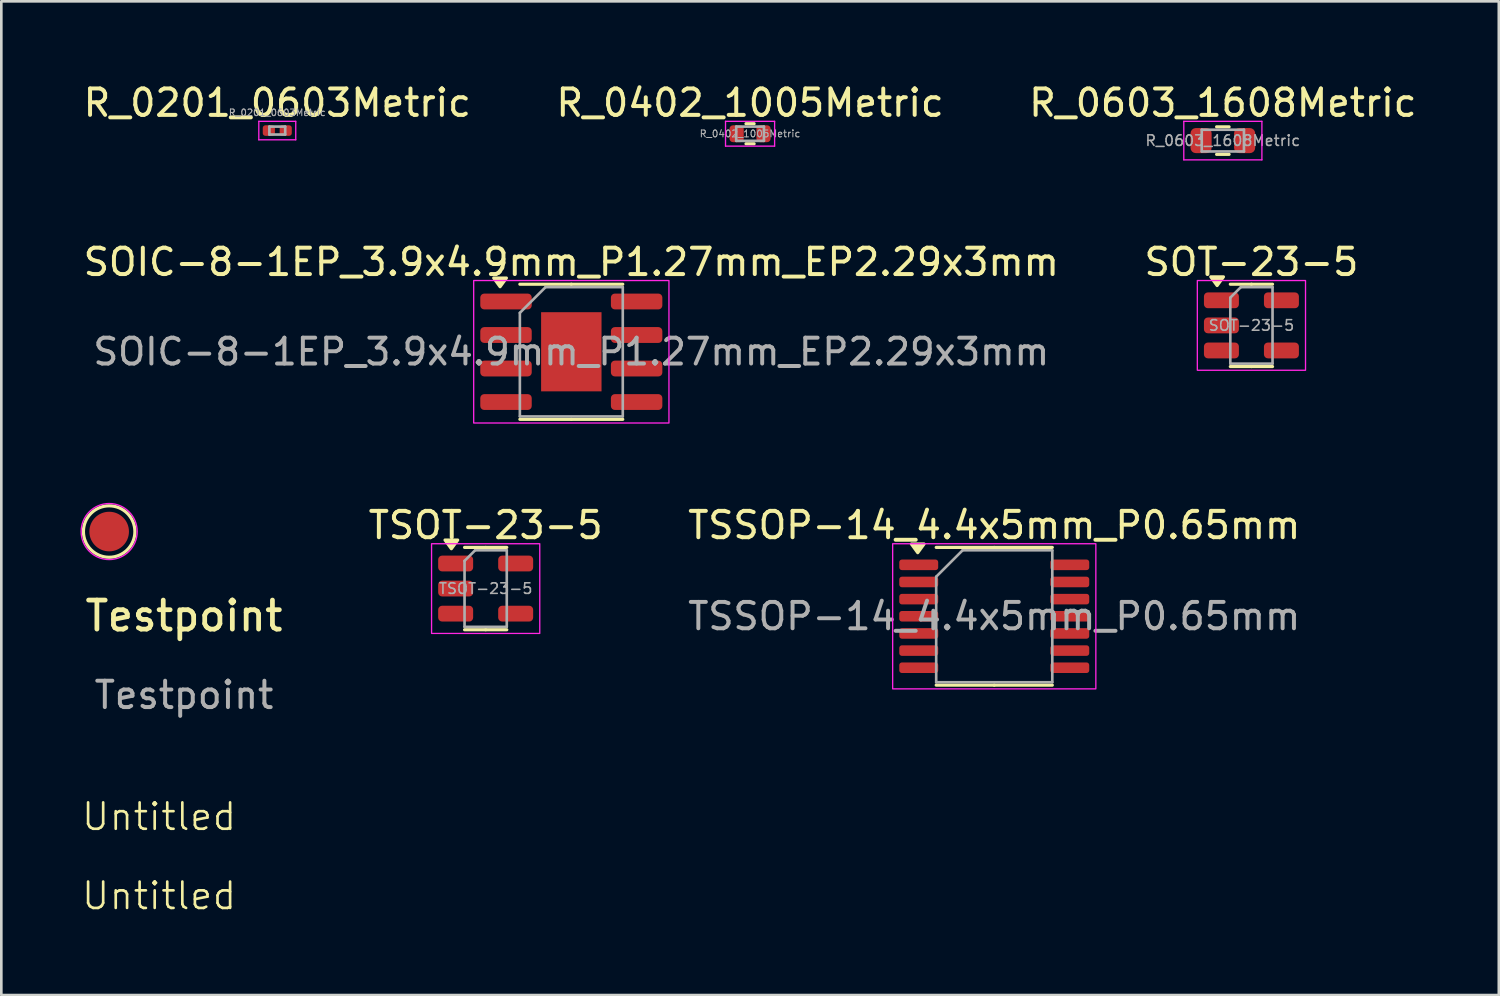
<source format=kicad_pcb>
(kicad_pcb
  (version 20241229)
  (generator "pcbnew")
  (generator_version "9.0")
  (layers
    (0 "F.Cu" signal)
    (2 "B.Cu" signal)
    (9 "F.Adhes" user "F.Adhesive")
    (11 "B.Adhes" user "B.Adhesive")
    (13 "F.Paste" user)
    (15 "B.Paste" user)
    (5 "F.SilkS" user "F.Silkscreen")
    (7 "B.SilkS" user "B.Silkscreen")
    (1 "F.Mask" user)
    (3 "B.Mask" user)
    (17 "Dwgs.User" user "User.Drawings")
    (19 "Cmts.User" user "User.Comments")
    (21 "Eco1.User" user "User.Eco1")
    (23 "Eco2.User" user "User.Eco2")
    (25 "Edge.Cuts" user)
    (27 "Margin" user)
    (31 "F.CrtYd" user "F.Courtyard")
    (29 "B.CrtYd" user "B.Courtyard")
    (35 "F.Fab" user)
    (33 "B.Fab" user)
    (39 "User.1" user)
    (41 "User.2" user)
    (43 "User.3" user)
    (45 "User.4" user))
  (footprint "TSOT-23-5"
    (layer "F.Cu")
    (at 15.355 19.255)
    (property "Reference" "TSOT-23-5" (at 0 -2.4 0) (layer "F.SilkS") (effects (font (size 1 1) (thickness 0.15))))
    (attr smd)
    (fp_line (start 0 -1.56) (end -0.8 -1.56) (stroke (width 0.12) (type solid)) (layer "F.SilkS"))
    (fp_line (start 0 -1.56) (end 0.8 -1.56) (stroke (width 0.12) (type solid)) (layer "F.SilkS"))
    (fp_line (start 0 1.56) (end -0.8 1.56) (stroke (width 0.12) (type solid)) (layer "F.SilkS"))
    (fp_line (start 0 1.56) (end 0.8 1.56) (stroke (width 0.12) (type solid)) (layer "F.SilkS"))
    (fp_poly (pts (xy -1.3 -1.51) (xy -1.54 -1.84) (xy -1.06 -1.84)) (stroke (width 0.12) (type solid)) (fill yes) (layer "F.SilkS"))
    (fp_rect (start -2.05 -1.7) (end 2.05 1.7) (stroke (width 0.05) (type solid)) (fill no) (layer "F.CrtYd"))
    (fp_line (start -0.8 -1.05) (end -0.4 -1.45) (stroke (width 0.1) (type solid)) (layer "F.Fab"))
    (fp_line (start -0.8 1.45) (end -0.8 -1.05) (stroke (width 0.1) (type solid)) (layer "F.Fab"))
    (fp_line (start -0.4 -1.45) (end 0.8 -1.45) (stroke (width 0.1) (type solid)) (layer "F.Fab"))
    (fp_line (start 0.8 -1.45) (end 0.8 1.45) (stroke (width 0.1) (type solid)) (layer "F.Fab"))
    (fp_line (start 0.8 1.45) (end -0.8 1.45) (stroke (width 0.1) (type solid)) (layer "F.Fab"))
    (fp_text user "${REFERENCE}" (at 0 0 0) (layer "F.Fab") (effects (font (size 0.4 0.4) (thickness 0.06))))
    (pad "1" smd roundrect (at -1.137 -0.95) (size 1.325 0.6) (layers "F.Cu" "F.Mask" "F.Paste") (roundrect_rratio 0.25))
    (pad "2" smd roundrect (at -1.137 0) (size 1.325 0.6) (layers "F.Cu" "F.Mask" "F.Paste") (roundrect_rratio 0.25))
    (pad "3" smd roundrect (at -1.137 0.95) (size 1.325 0.6) (layers "F.Cu" "F.Mask" "F.Paste") (roundrect_rratio 0.25))
    (pad "4" smd roundrect (at 1.137 0.95) (size 1.325 0.6) (layers "F.Cu" "F.Mask" "F.Paste") (roundrect_rratio 0.25))
    (pad "5" smd roundrect (at 1.137 -0.95) (size 1.325 0.6) (layers "F.Cu" "F.Mask" "F.Paste") (roundrect_rratio 0.25)))
  (footprint "R_0201_0603Metric"
    (layer "F.Cu")
    (at 7.458 1.898)
    (property "Reference" "R_0201_0603Metric" (at 0 -1.05 0) (layer "F.SilkS") (effects (font (size 1 1) (thickness 0.15))))
    (attr smd)
    (fp_line (start -0.7 -0.35) (end 0.7 -0.35) (stroke (width 0.05) (type solid)) (layer "F.CrtYd"))
    (fp_line (start -0.7 0.35) (end -0.7 -0.35) (stroke (width 0.05) (type solid)) (layer "F.CrtYd"))
    (fp_line (start 0.7 -0.35) (end 0.7 0.35) (stroke (width 0.05) (type solid)) (layer "F.CrtYd"))
    (fp_line (start 0.7 0.35) (end -0.7 0.35) (stroke (width 0.05) (type solid)) (layer "F.CrtYd"))
    (fp_line (start -0.3 -0.15) (end 0.3 -0.15) (stroke (width 0.1) (type solid)) (layer "F.Fab"))
    (fp_line (start -0.3 0.15) (end -0.3 -0.15) (stroke (width 0.1) (type solid)) (layer "F.Fab"))
    (fp_line (start 0.3 -0.15) (end 0.3 0.15) (stroke (width 0.1) (type solid)) (layer "F.Fab"))
    (fp_line (start 0.3 0.15) (end -0.3 0.15) (stroke (width 0.1) (type solid)) (layer "F.Fab"))
    (fp_text user "${REFERENCE}" (at 0 -0.68 0) (layer "F.Fab") (effects (font (size 0.25 0.25) (thickness 0.04))))
    (pad "" smd roundrect (at -0.345 0) (size 0.318 0.36) (layers "F.Paste") (roundrect_rratio 0.25))
    (pad "" smd roundrect (at 0.345 0) (size 0.318 0.36) (layers "F.Paste") (roundrect_rratio 0.25))
    (pad "1" smd roundrect (at -0.32 0) (size 0.46 0.4) (layers "F.Cu" "F.Mask") (roundrect_rratio 0.25))
    (pad "2" smd roundrect (at 0.32 0) (size 0.46 0.4) (layers "F.Cu" "F.Mask") (roundrect_rratio 0.25)))
  (footprint "R_0402_1005Metric"
    (layer "F.Cu")
    (at 25.375 2.018)
    (property "Reference" "R_0402_1005Metric" (at 0 -1.17 0) (layer "F.SilkS") (effects (font (size 1 1) (thickness 0.15))))
    (attr smd)
    (fp_line (start -0.154 -0.38) (end 0.154 -0.38) (stroke (width 0.12) (type solid)) (layer "F.SilkS"))
    (fp_line (start -0.154 0.38) (end 0.154 0.38) (stroke (width 0.12) (type solid)) (layer "F.SilkS"))
    (fp_line (start -0.93 -0.47) (end 0.93 -0.47) (stroke (width 0.05) (type solid)) (layer "F.CrtYd"))
    (fp_line (start -0.93 0.47) (end -0.93 -0.47) (stroke (width 0.05) (type solid)) (layer "F.CrtYd"))
    (fp_line (start 0.93 -0.47) (end 0.93 0.47) (stroke (width 0.05) (type solid)) (layer "F.CrtYd"))
    (fp_line (start 0.93 0.47) (end -0.93 0.47) (stroke (width 0.05) (type solid)) (layer "F.CrtYd"))
    (fp_line (start -0.525 -0.27) (end 0.525 -0.27) (stroke (width 0.1) (type solid)) (layer "F.Fab"))
    (fp_line (start -0.525 0.27) (end -0.525 -0.27) (stroke (width 0.1) (type solid)) (layer "F.Fab"))
    (fp_line (start 0.525 -0.27) (end 0.525 0.27) (stroke (width 0.1) (type solid)) (layer "F.Fab"))
    (fp_line (start 0.525 0.27) (end -0.525 0.27) (stroke (width 0.1) (type solid)) (layer "F.Fab"))
    (fp_text user "${REFERENCE}" (at 0 0 0) (layer "F.Fab") (effects (font (size 0.26 0.26) (thickness 0.04))))
    (pad "1" smd roundrect (at -0.51 0) (size 0.54 0.64) (layers "F.Cu" "F.Mask" "F.Paste") (roundrect_rratio 0.25))
    (pad "2" smd roundrect (at 0.51 0) (size 0.54 0.64) (layers "F.Cu" "F.Mask" "F.Paste") (roundrect_rratio 0.25)))
  (footprint "Untitled"
    (layer "F.Cu")
    (at 2.979 28.4)
    (property "Reference" "Untitled" (at 0 -0.5 0) (unlocked yes) (layer "F.SilkS") (effects (font (size 1 1) (thickness 0.1))))
    (attr smd)
    (fp_text user "${REFERENCE}" (at 0 2.5 0) (unlocked yes) (layer "F.SilkS") (effects (font (size 1 1) (thickness 0.1)))))
  (footprint "SOIC-8-1EP_3.9x4.9mm_P1.27mm_EP2.29x3mm"
    (layer "F.Cu")
    (at 18.601 10.281)
    (property "Reference" "SOIC-8-1EP_3.9x4.9mm_P1.27mm_EP2.29x3mm" (at 0 -3.4 0) (layer "F.SilkS") (effects (font (size 1 1) (thickness 0.15))))
    (attr smd)
    (fp_line (start 0 -2.56) (end -1.95 -2.56) (stroke (width 0.12) (type solid)) (layer "F.SilkS"))
    (fp_line (start 0 -2.56) (end 1.95 -2.56) (stroke (width 0.12) (type solid)) (layer "F.SilkS"))
    (fp_line (start 0 2.56) (end -1.95 2.56) (stroke (width 0.12) (type solid)) (layer "F.SilkS"))
    (fp_line (start 0 2.56) (end 1.95 2.56) (stroke (width 0.12) (type solid)) (layer "F.SilkS"))
    (fp_poly (pts (xy -2.7 -2.465) (xy -2.94 -2.795) (xy -2.46 -2.795)) (stroke (width 0.12) (type solid)) (fill yes) (layer "F.SilkS"))
    (fp_rect (start -3.7 -2.7) (end 3.7 2.7) (stroke (width 0.05) (type solid)) (fill no) (layer "F.CrtYd"))
    (fp_line (start -1.95 -1.475) (end -0.975 -2.45) (stroke (width 0.1) (type solid)) (layer "F.Fab"))
    (fp_line (start -1.95 2.45) (end -1.95 -1.475) (stroke (width 0.1) (type solid)) (layer "F.Fab"))
    (fp_line (start -0.975 -2.45) (end 1.95 -2.45) (stroke (width 0.1) (type solid)) (layer "F.Fab"))
    (fp_line (start 1.95 -2.45) (end 1.95 2.45) (stroke (width 0.1) (type solid)) (layer "F.Fab"))
    (fp_line (start 1.95 2.45) (end -1.95 2.45) (stroke (width 0.1) (type solid)) (layer "F.Fab"))
    (fp_text user "${REFERENCE}" (at 0 0 0) (layer "F.Fab") (effects (font (size 0.98 0.98) (thickness 0.15))))
    (pad "" smd roundrect (at -0.57 -0.75) (size 0.92 1.21) (layers "F.Paste") (roundrect_rratio 0.25))
    (pad "" smd roundrect (at -0.57 0.75) (size 0.92 1.21) (layers "F.Paste") (roundrect_rratio 0.25))
    (pad "" smd roundrect (at 0.57 -0.75) (size 0.92 1.21) (layers "F.Paste") (roundrect_rratio 0.25))
    (pad "" smd roundrect (at 0.57 0.75) (size 0.92 1.21) (layers "F.Paste") (roundrect_rratio 0.25))
    (pad "1" smd roundrect (at -2.475 -1.905) (size 1.95 0.6) (layers "F.Cu" "F.Mask" "F.Paste") (roundrect_rratio 0.25))
    (pad "2" smd roundrect (at -2.475 -0.635) (size 1.95 0.6) (layers "F.Cu" "F.Mask" "F.Paste") (roundrect_rratio 0.25))
    (pad "3" smd roundrect (at -2.475 0.635) (size 1.95 0.6) (layers "F.Cu" "F.Mask" "F.Paste") (roundrect_rratio 0.25))
    (pad "4" smd roundrect (at -2.475 1.905) (size 1.95 0.6) (layers "F.Cu" "F.Mask" "F.Paste") (roundrect_rratio 0.25))
    (pad "5" smd roundrect (at 2.475 1.905) (size 1.95 0.6) (layers "F.Cu" "F.Mask" "F.Paste") (roundrect_rratio 0.25))
    (pad "6" smd roundrect (at 2.475 0.635) (size 1.95 0.6) (layers "F.Cu" "F.Mask" "F.Paste") (roundrect_rratio 0.25))
    (pad "7" smd roundrect (at 2.475 -0.635) (size 1.95 0.6) (layers "F.Cu" "F.Mask" "F.Paste") (roundrect_rratio 0.25))
    (pad "8" smd roundrect (at 2.475 -1.905) (size 1.95 0.6) (layers "F.Cu" "F.Mask" "F.Paste") (roundrect_rratio 0.25))
    (pad "9" smd rect (at 0 0) (size 2.29 3) (property pad_prop_heatsink) (layers "F.Cu" "F.Mask")))
  (footprint "SOT-23-5"
    (layer "F.Cu")
    (at 44.375 9.281)
    (property "Reference" "SOT-23-5" (at 0 -2.4 0) (layer "F.SilkS") (effects (font (size 1 1) (thickness 0.15))))
    (attr smd)
    (fp_line (start 0 -1.56) (end -0.8 -1.56) (stroke (width 0.12) (type solid)) (layer "F.SilkS"))
    (fp_line (start 0 -1.56) (end 0.8 -1.56) (stroke (width 0.12) (type solid)) (layer "F.SilkS"))
    (fp_line (start 0 1.56) (end -0.8 1.56) (stroke (width 0.12) (type solid)) (layer "F.SilkS"))
    (fp_line (start 0 1.56) (end 0.8 1.56) (stroke (width 0.12) (type solid)) (layer "F.SilkS"))
    (fp_poly (pts (xy -1.3 -1.51) (xy -1.54 -1.84) (xy -1.06 -1.84)) (stroke (width 0.12) (type solid)) (fill yes) (layer "F.SilkS"))
    (fp_rect (start -2.05 -1.7) (end 2.05 1.7) (stroke (width 0.05) (type solid)) (fill no) (layer "F.CrtYd"))
    (fp_line (start -0.8 -1.05) (end -0.4 -1.45) (stroke (width 0.1) (type solid)) (layer "F.Fab"))
    (fp_line (start -0.8 1.45) (end -0.8 -1.05) (stroke (width 0.1) (type solid)) (layer "F.Fab"))
    (fp_line (start -0.4 -1.45) (end 0.8 -1.45) (stroke (width 0.1) (type solid)) (layer "F.Fab"))
    (fp_line (start 0.8 -1.45) (end 0.8 1.45) (stroke (width 0.1) (type solid)) (layer "F.Fab"))
    (fp_line (start 0.8 1.45) (end -0.8 1.45) (stroke (width 0.1) (type solid)) (layer "F.Fab"))
    (fp_text user "${REFERENCE}" (at 0 0 0) (layer "F.Fab") (effects (font (size 0.4 0.4) (thickness 0.06))))
    (pad "1" smd roundrect (at -1.137 -0.95) (size 1.325 0.6) (layers "F.Cu" "F.Mask" "F.Paste") (roundrect_rratio 0.25))
    (pad "2" smd roundrect (at -1.137 0) (size 1.325 0.6) (layers "F.Cu" "F.Mask" "F.Paste") (roundrect_rratio 0.25))
    (pad "3" smd roundrect (at -1.137 0.95) (size 1.325 0.6) (layers "F.Cu" "F.Mask" "F.Paste") (roundrect_rratio 0.25))
    (pad "4" smd roundrect (at 1.137 0.95) (size 1.325 0.6) (layers "F.Cu" "F.Mask" "F.Paste") (roundrect_rratio 0.25))
    (pad "5" smd roundrect (at 1.137 -0.95) (size 1.325 0.6) (layers "F.Cu" "F.Mask" "F.Paste") (roundrect_rratio 0.25)))
  (footprint "TSSOP-14_4.4x5mm_P0.65mm"
    (layer "F.Cu")
    (at 34.629 20.305)
    (property "Reference" "TSSOP-14_4.4x5mm_P0.65mm" (at 0 -3.45 0) (layer "F.SilkS") (effects (font (size 1 1) (thickness 0.15))))
    (attr smd)
    (fp_line (start 0 -2.61) (end -2.2 -2.61) (stroke (width 0.12) (type solid)) (layer "F.SilkS"))
    (fp_line (start 0 -2.61) (end 2.2 -2.61) (stroke (width 0.12) (type solid)) (layer "F.SilkS"))
    (fp_line (start 0 2.61) (end -2.2 2.61) (stroke (width 0.12) (type solid)) (layer "F.SilkS"))
    (fp_line (start 0 2.61) (end 2.2 2.61) (stroke (width 0.12) (type solid)) (layer "F.SilkS"))
    (fp_poly (pts (xy -2.9 -2.41) (xy -3.14 -2.74) (xy -2.66 -2.74)) (stroke (width 0.12) (type solid)) (fill yes) (layer "F.SilkS"))
    (fp_rect (start -3.85 -2.75) (end 3.85 2.75) (stroke (width 0.05) (type solid)) (fill no) (layer "F.CrtYd"))
    (fp_line (start -2.2 -1.5) (end -1.2 -2.5) (stroke (width 0.1) (type solid)) (layer "F.Fab"))
    (fp_line (start -2.2 2.5) (end -2.2 -1.5) (stroke (width 0.1) (type solid)) (layer "F.Fab"))
    (fp_line (start -1.2 -2.5) (end 2.2 -2.5) (stroke (width 0.1) (type solid)) (layer "F.Fab"))
    (fp_line (start 2.2 -2.5) (end 2.2 2.5) (stroke (width 0.1) (type solid)) (layer "F.Fab"))
    (fp_line (start 2.2 2.5) (end -2.2 2.5) (stroke (width 0.1) (type solid)) (layer "F.Fab"))
    (fp_text user "${REFERENCE}" (at 0 0 0) (layer "F.Fab") (effects (font (size 1 1) (thickness 0.15))))
    (pad "1" smd roundrect (at -2.862 -1.95) (size 1.475 0.4) (layers "F.Cu" "F.Mask" "F.Paste") (roundrect_rratio 0.25))
    (pad "2" smd roundrect (at -2.862 -1.3) (size 1.475 0.4) (layers "F.Cu" "F.Mask" "F.Paste") (roundrect_rratio 0.25))
    (pad "3" smd roundrect (at -2.862 -0.65) (size 1.475 0.4) (layers "F.Cu" "F.Mask" "F.Paste") (roundrect_rratio 0.25))
    (pad "4" smd roundrect (at -2.862 0) (size 1.475 0.4) (layers "F.Cu" "F.Mask" "F.Paste") (roundrect_rratio 0.25))
    (pad "5" smd roundrect (at -2.862 0.65) (size 1.475 0.4) (layers "F.Cu" "F.Mask" "F.Paste") (roundrect_rratio 0.25))
    (pad "6" smd roundrect (at -2.862 1.3) (size 1.475 0.4) (layers "F.Cu" "F.Mask" "F.Paste") (roundrect_rratio 0.25))
    (pad "7" smd roundrect (at -2.862 1.95) (size 1.475 0.4) (layers "F.Cu" "F.Mask" "F.Paste") (roundrect_rratio 0.25))
    (pad "8" smd roundrect (at 2.862 1.95) (size 1.475 0.4) (layers "F.Cu" "F.Mask" "F.Paste") (roundrect_rratio 0.25))
    (pad "9" smd roundrect (at 2.862 1.3) (size 1.475 0.4) (layers "F.Cu" "F.Mask" "F.Paste") (roundrect_rratio 0.25))
    (pad "10" smd roundrect (at 2.862 0.65) (size 1.475 0.4) (layers "F.Cu" "F.Mask" "F.Paste") (roundrect_rratio 0.25))
    (pad "11" smd roundrect (at 2.862 0) (size 1.475 0.4) (layers "F.Cu" "F.Mask" "F.Paste") (roundrect_rratio 0.25))
    (pad "12" smd roundrect (at 2.862 -0.65) (size 1.475 0.4) (layers "F.Cu" "F.Mask" "F.Paste") (roundrect_rratio 0.25))
    (pad "13" smd roundrect (at 2.862 -1.3) (size 1.475 0.4) (layers "F.Cu" "F.Mask" "F.Paste") (roundrect_rratio 0.25))
    (pad "14" smd roundrect (at 2.862 -1.95) (size 1.475 0.4) (layers "F.Cu" "F.Mask" "F.Paste") (roundrect_rratio 0.25)))
  (footprint "Testpoint"
    (layer "F.Cu")
    (at 3.922 20.791)
    (property "Reference" "Testpoint" (at 0 -0.5 0) (unlocked yes) (layer "F.SilkS") (effects (font (size 1.1 1.1) (thickness 0.18))))
    (attr smd)
    (fp_circle (center -2.835 -3.697) (end -1.86 -3.706) (stroke (width 0.12) (type solid)) (fill no) (layer "F.SilkS"))
    (fp_circle (center -2.835 -3.697) (end -1.84 -3.325) (stroke (width 0.05) (type solid)) (fill no) (layer "F.CrtYd"))
    (fp_text user "${REFERENCE}" (at 0 2.5 0) (unlocked yes) (layer "F.Fab") (effects (font (size 1 1) (thickness 0.15))))
    (pad "1" smd circle (at -2.835 -3.697) (size 1.5 1.5) (property pad_prop_testpoint) (layers "F.Cu" "F.Mask")))
  (footprint "R_0603_1608Metric"
    (layer "F.Cu")
    (at 43.292 2.278)
    (property "Reference" "R_0603_1608Metric" (at 0 -1.43 0) (layer "F.SilkS") (effects (font (size 1 1) (thickness 0.15))))
    (attr smd)
    (fp_line (start -0.237 -0.522) (end 0.237 -0.522) (stroke (width 0.12) (type solid)) (layer "F.SilkS"))
    (fp_line (start -0.237 0.522) (end 0.237 0.522) (stroke (width 0.12) (type solid)) (layer "F.SilkS"))
    (fp_line (start -1.48 -0.73) (end 1.48 -0.73) (stroke (width 0.05) (type solid)) (layer "F.CrtYd"))
    (fp_line (start -1.48 0.73) (end -1.48 -0.73) (stroke (width 0.05) (type solid)) (layer "F.CrtYd"))
    (fp_line (start 1.48 -0.73) (end 1.48 0.73) (stroke (width 0.05) (type solid)) (layer "F.CrtYd"))
    (fp_line (start 1.48 0.73) (end -1.48 0.73) (stroke (width 0.05) (type solid)) (layer "F.CrtYd"))
    (fp_line (start -0.8 -0.412) (end 0.8 -0.412) (stroke (width 0.1) (type solid)) (layer "F.Fab"))
    (fp_line (start -0.8 0.412) (end -0.8 -0.412) (stroke (width 0.1) (type solid)) (layer "F.Fab"))
    (fp_line (start 0.8 -0.412) (end 0.8 0.412) (stroke (width 0.1) (type solid)) (layer "F.Fab"))
    (fp_line (start 0.8 0.412) (end -0.8 0.412) (stroke (width 0.1) (type solid)) (layer "F.Fab"))
    (fp_text user "${REFERENCE}" (at 0 0 0) (layer "F.Fab") (effects (font (size 0.4 0.4) (thickness 0.06))))
    (pad "1" smd roundrect (at -0.825 0) (size 0.8 0.95) (layers "F.Cu" "F.Mask" "F.Paste") (roundrect_rratio 0.25))
    (pad "2" smd roundrect (at 0.825 0) (size 0.8 0.95) (layers "F.Cu" "F.Mask" "F.Paste") (roundrect_rratio 0.25)))
  (gr_rect
    (start -3 -3)
    (end 53.75 34.66)
    (stroke (width 0.1) (type default))
    (fill no)
    (layer "Edge.Cuts")))
</source>
